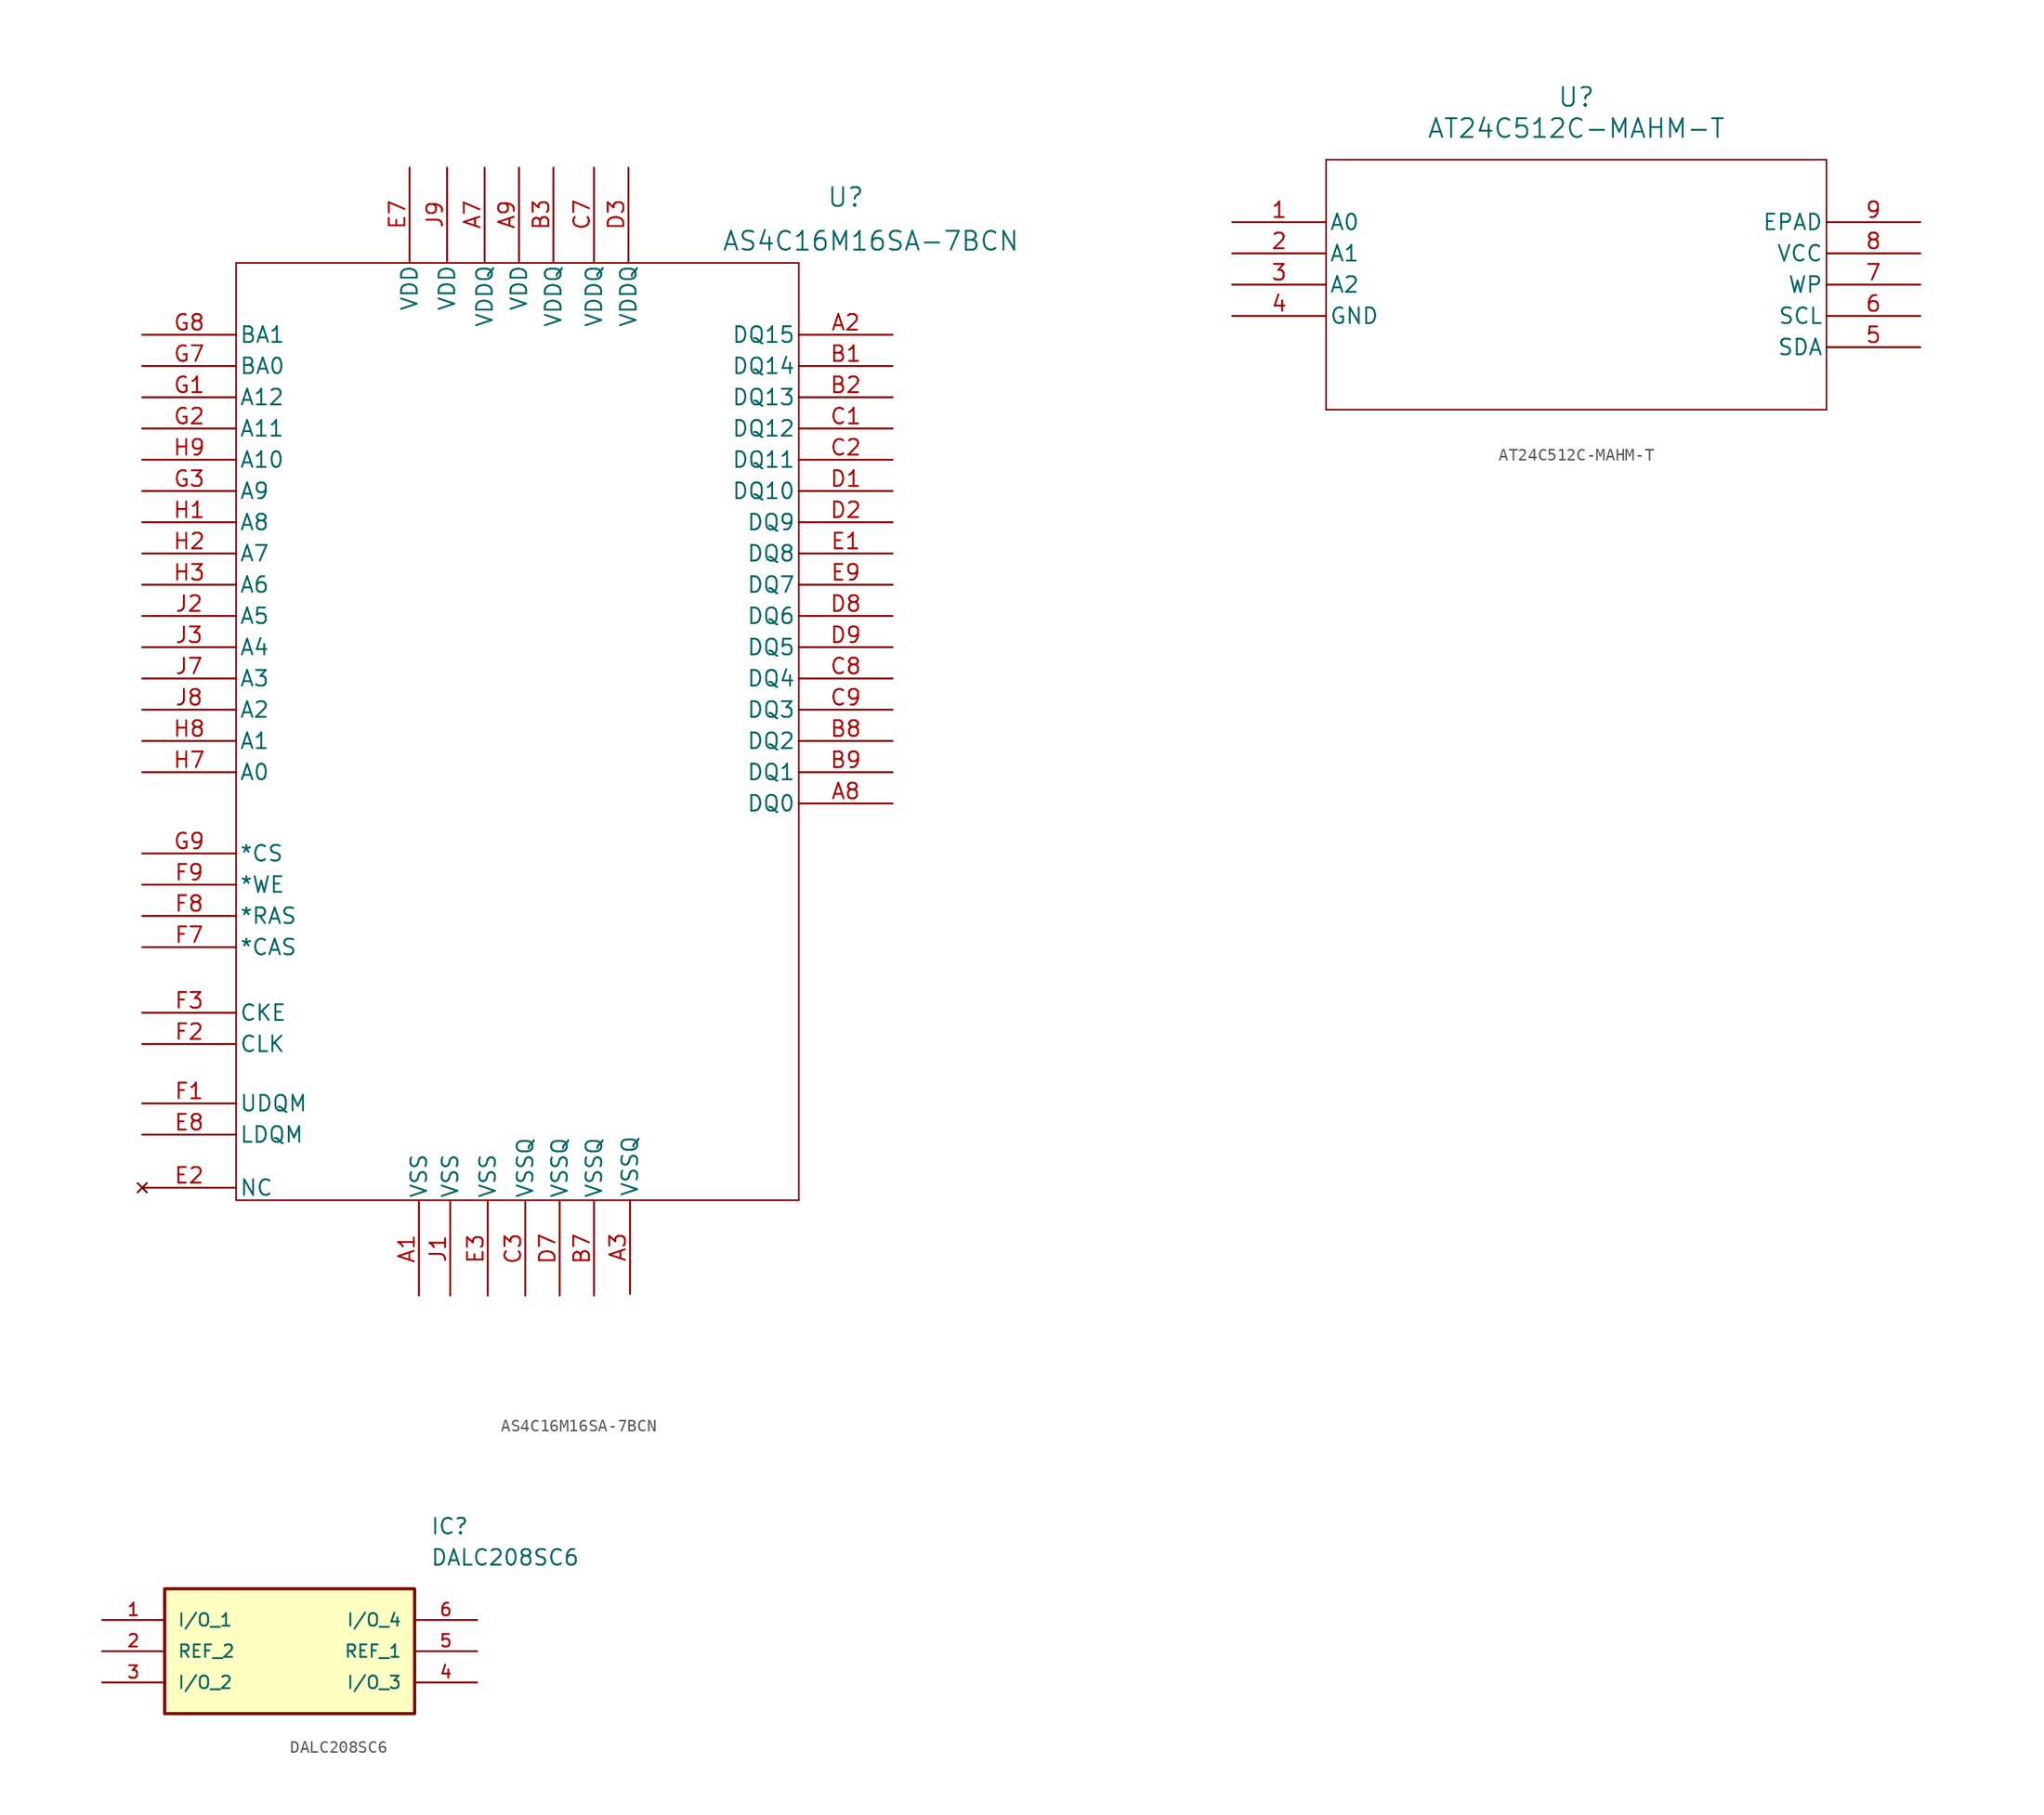
<source format=kicad_sym>
(kicad_symbol_lib
  (version 20231120)
  (generator "kicad_symbol_editor")
  (generator_version "8.0")
  (symbol "AS4C16M16SA-7BCN"
    (pin_names
      (offset 0.254))
    (property "Reference" "U"
      (at 27.94 39.37 0)
      (effects (font (size 1.524 1.524))))
    (property "Value" "AS4C16M16SA-7BCN"
      (at 29.972 35.814 0)
      (effects (font (size 1.524 1.524))))
    (symbol "AS4C16M16SA-7BCN_0_1"
      (polyline (pts (xy -21.59 -42.164) (xy 24.13 -42.164)) (stroke (width 0.127) (type default)) (fill (type none)))
      (polyline (pts (xy -21.59 34.036) (xy -21.59 -42.164)) (stroke (width 0.127) (type default)) (fill (type none)))
      (polyline (pts (xy 24.13 -42.164) (xy 24.13 34.036)) (stroke (width 0.127) (type default)) (fill (type none)))
      (polyline (pts (xy 24.13 34.036) (xy -21.59 34.036)) (stroke (width 0.127) (type default)) (fill (type none)))
      (pin power_in line (at -6.731 -49.911 90) (length 7.62) (name "VSS" (effects (font (size 1.27 1.27)))) (number "A1" (effects (font (size 1.27 1.27)))))
      (pin bidirectional line (at 31.75 28.194 180) (length 7.62) (name "DQ15" (effects (font (size 1.27 1.27)))) (number "A2" (effects (font (size 1.27 1.27)))))
      (pin power_in line (at 10.414 -49.784 90) (length 7.62) (name "VSSQ" (effects (font (size 1.27 1.27)))) (number "A3" (effects (font (size 1.27 1.27)))))
      (pin power_in line (at -1.397 41.783 270) (length 7.62) (name "VDDQ" (effects (font (size 1.27 1.27)))) (number "A7" (effects (font (size 1.27 1.27)))))
      (pin bidirectional line (at 31.75 -9.906 180) (length 7.62) (name "DQ0" (effects (font (size 1.27 1.27)))) (number "A8" (effects (font (size 1.27 1.27)))))
      (pin power_in line (at 1.397 41.783 270) (length 7.62) (name "VDD" (effects (font (size 1.27 1.27)))) (number "A9" (effects (font (size 1.27 1.27)))))
      (pin bidirectional line (at 31.75 25.654 180) (length 7.62) (name "DQ14" (effects (font (size 1.27 1.27)))) (number "B1" (effects (font (size 1.27 1.27)))))
      (pin bidirectional line (at 31.75 23.114 180) (length 7.62) (name "DQ13" (effects (font (size 1.27 1.27)))) (number "B2" (effects (font (size 1.27 1.27)))))
      (pin power_in line (at 4.191 41.783 270) (length 7.62) (name "VDDQ" (effects (font (size 1.27 1.27)))) (number "B3" (effects (font (size 1.27 1.27)))))
      (pin power_in line (at 7.493 -49.911 90) (length 7.62) (name "VSSQ" (effects (font (size 1.27 1.27)))) (number "B7" (effects (font (size 1.27 1.27)))))
      (pin bidirectional line (at 31.75 -4.826 180) (length 7.62) (name "DQ2" (effects (font (size 1.27 1.27)))) (number "B8" (effects (font (size 1.27 1.27)))))
      (pin bidirectional line (at 31.75 -7.366 180) (length 7.62) (name "DQ1" (effects (font (size 1.27 1.27)))) (number "B9" (effects (font (size 1.27 1.27)))))
      (pin bidirectional line (at 31.75 20.574 180) (length 7.62) (name "DQ12" (effects (font (size 1.27 1.27)))) (number "C1" (effects (font (size 1.27 1.27)))))
      (pin bidirectional line (at 31.75 18.034 180) (length 7.62) (name "DQ11" (effects (font (size 1.27 1.27)))) (number "C2" (effects (font (size 1.27 1.27)))))
      (pin power_in line (at 1.905 -49.911 90) (length 7.62) (name "VSSQ" (effects (font (size 1.27 1.27)))) (number "C3" (effects (font (size 1.27 1.27)))))
      (pin power_in line (at 7.493 41.783 270) (length 7.62) (name "VDDQ" (effects (font (size 1.27 1.27)))) (number "C7" (effects (font (size 1.27 1.27)))))
      (pin bidirectional line (at 31.75 0.254 180) (length 7.62) (name "DQ4" (effects (font (size 1.27 1.27)))) (number "C8" (effects (font (size 1.27 1.27)))))
      (pin bidirectional line (at 31.75 -2.286 180) (length 7.62) (name "DQ3" (effects (font (size 1.27 1.27)))) (number "C9" (effects (font (size 1.27 1.27)))))
      (pin bidirectional line (at 31.75 15.494 180) (length 7.62) (name "DQ10" (effects (font (size 1.27 1.27)))) (number "D1" (effects (font (size 1.27 1.27)))))
      (pin bidirectional line (at 31.75 12.954 180) (length 7.62) (name "DQ9" (effects (font (size 1.27 1.27)))) (number "D2" (effects (font (size 1.27 1.27)))))
      (pin power_in line (at 10.287 41.783 270) (length 7.62) (name "VDDQ" (effects (font (size 1.27 1.27)))) (number "D3" (effects (font (size 1.27 1.27)))))
      (pin power_in line (at 4.699 -49.911 90) (length 7.62) (name "VSSQ" (effects (font (size 1.27 1.27)))) (number "D7" (effects (font (size 1.27 1.27)))))
      (pin bidirectional line (at 31.75 5.334 180) (length 7.62) (name "DQ6" (effects (font (size 1.27 1.27)))) (number "D8" (effects (font (size 1.27 1.27)))))
      (pin bidirectional line (at 31.75 2.794 180) (length 7.62) (name "DQ5" (effects (font (size 1.27 1.27)))) (number "D9" (effects (font (size 1.27 1.27)))))
      (pin bidirectional line (at 31.75 10.414 180) (length 7.62) (name "DQ8" (effects (font (size 1.27 1.27)))) (number "E1" (effects (font (size 1.27 1.27)))))
      (pin no_connect line (at -29.21 -41.148 0) (length 7.62) (name "NC" (effects (font (size 1.27 1.27)))) (number "E2" (effects (font (size 1.27 1.27)))))
      (pin power_in line (at -1.143 -49.911 90) (length 7.62) (name "VSS" (effects (font (size 1.27 1.27)))) (number "E3" (effects (font (size 1.27 1.27)))))
      (pin power_in line (at -7.493 41.783 270) (length 7.62) (name "VDD" (effects (font (size 1.27 1.27)))) (number "E7" (effects (font (size 1.27 1.27)))))
      (pin input line (at -29.21 -36.83 0) (length 7.62) (name "LDQM" (effects (font (size 1.27 1.27)))) (number "E8" (effects (font (size 1.27 1.27)))))
      (pin bidirectional line (at 31.75 7.874 180) (length 7.62) (name "DQ7" (effects (font (size 1.27 1.27)))) (number "E9" (effects (font (size 1.27 1.27)))))
      (pin input line (at -29.21 -34.29 0) (length 7.62) (name "UDQM" (effects (font (size 1.27 1.27)))) (number "F1" (effects (font (size 1.27 1.27)))))
      (pin input line (at -29.21 -29.464 0) (length 7.62) (name "CLK" (effects (font (size 1.27 1.27)))) (number "F2" (effects (font (size 1.27 1.27)))))
      (pin input line (at -29.21 -26.924 0) (length 7.62) (name "CKE" (effects (font (size 1.27 1.27)))) (number "F3" (effects (font (size 1.27 1.27)))))
      (pin input line (at -29.21 -21.59 0) (length 7.62) (name "*CAS" (effects (font (size 1.27 1.27)))) (number "F7" (effects (font (size 1.27 1.27)))))
      (pin input line (at -29.21 -19.05 0) (length 7.62) (name "*RAS" (effects (font (size 1.27 1.27)))) (number "F8" (effects (font (size 1.27 1.27)))))
      (pin input line (at -29.21 -16.51 0) (length 7.62) (name "*WE" (effects (font (size 1.27 1.27)))) (number "F9" (effects (font (size 1.27 1.27)))))
      (pin input line (at -29.21 23.114 0) (length 7.62) (name "A12" (effects (font (size 1.27 1.27)))) (number "G1" (effects (font (size 1.27 1.27)))))
      (pin input line (at -29.21 20.574 0) (length 7.62) (name "A11" (effects (font (size 1.27 1.27)))) (number "G2" (effects (font (size 1.27 1.27)))))
      (pin input line (at -29.21 15.494 0) (length 7.62) (name "A9" (effects (font (size 1.27 1.27)))) (number "G3" (effects (font (size 1.27 1.27)))))
      (pin input line (at -29.21 25.654 0) (length 7.62) (name "BA0" (effects (font (size 1.27 1.27)))) (number "G7" (effects (font (size 1.27 1.27)))))
      (pin input line (at -29.21 28.194 0) (length 7.62) (name "BA1" (effects (font (size 1.27 1.27)))) (number "G8" (effects (font (size 1.27 1.27)))))
      (pin input line (at -29.21 -13.97 0) (length 7.62) (name "*CS" (effects (font (size 1.27 1.27)))) (number "G9" (effects (font (size 1.27 1.27)))))
      (pin input line (at -29.21 12.954 0) (length 7.62) (name "A8" (effects (font (size 1.27 1.27)))) (number "H1" (effects (font (size 1.27 1.27)))))
      (pin input line (at -29.21 10.414 0) (length 7.62) (name "A7" (effects (font (size 1.27 1.27)))) (number "H2" (effects (font (size 1.27 1.27)))))
      (pin input line (at -29.21 7.874 0) (length 7.62) (name "A6" (effects (font (size 1.27 1.27)))) (number "H3" (effects (font (size 1.27 1.27)))))
      (pin input line (at -29.21 -7.366 0) (length 7.62) (name "A0" (effects (font (size 1.27 1.27)))) (number "H7" (effects (font (size 1.27 1.27)))))
      (pin input line (at -29.21 -4.826 0) (length 7.62) (name "A1" (effects (font (size 1.27 1.27)))) (number "H8" (effects (font (size 1.27 1.27)))))
      (pin input line (at -29.21 18.034 0) (length 7.62) (name "A10" (effects (font (size 1.27 1.27)))) (number "H9" (effects (font (size 1.27 1.27)))))
      (pin power_in line (at -4.191 -49.911 90) (length 7.62) (name "VSS" (effects (font (size 1.27 1.27)))) (number "J1" (effects (font (size 1.27 1.27)))))
      (pin input line (at -29.21 5.334 0) (length 7.62) (name "A5" (effects (font (size 1.27 1.27)))) (number "J2" (effects (font (size 1.27 1.27)))))
      (pin input line (at -29.21 2.794 0) (length 7.62) (name "A4" (effects (font (size 1.27 1.27)))) (number "J3" (effects (font (size 1.27 1.27)))))
      (pin input line (at -29.21 0.254 0) (length 7.62) (name "A3" (effects (font (size 1.27 1.27)))) (number "J7" (effects (font (size 1.27 1.27)))))
      (pin input line (at -29.21 -2.286 0) (length 7.62) (name "A2" (effects (font (size 1.27 1.27)))) (number "J8" (effects (font (size 1.27 1.27)))))
      (pin power_in line (at -4.445 41.783 270) (length 7.62) (name "VDD" (effects (font (size 1.27 1.27)))) (number "J9" (effects (font (size 1.27 1.27)))))))
  (symbol "AT24C512C-MAHM-T"
    (pin_names
      (offset 0.254))
    (property "Reference" "U"
      (at 27.94 10.16 0)
      (effects (font (size 1.524 1.524))))
    (property "Value" "AT24C512C-MAHM-T"
      (at 27.94 7.62 0)
      (effects (font (size 1.524 1.524))))
    (symbol "AT24C512C-MAHM-T_0_1"
      (polyline (pts (xy 7.62 -15.24) (xy 48.26 -15.24)) (stroke (width 0.127) (type default)) (fill (type none)))
      (polyline (pts (xy 7.62 5.08) (xy 7.62 -15.24)) (stroke (width 0.127) (type default)) (fill (type none)))
      (polyline (pts (xy 48.26 -15.24) (xy 48.26 5.08)) (stroke (width 0.127) (type default)) (fill (type none)))
      (polyline (pts (xy 48.26 5.08) (xy 7.62 5.08)) (stroke (width 0.127) (type default)) (fill (type none)))
      (pin input line (at 0 0 0) (length 7.62) (name "A0" (effects (font (size 1.27 1.27)))) (number "1" (effects (font (size 1.27 1.27)))))
      (pin input line (at 0 -2.54 0) (length 7.62) (name "A1" (effects (font (size 1.27 1.27)))) (number "2" (effects (font (size 1.27 1.27)))))
      (pin input line (at 0 -5.08 0) (length 7.62) (name "A2" (effects (font (size 1.27 1.27)))) (number "3" (effects (font (size 1.27 1.27)))))
      (pin power_in line (at 0 -7.62 0) (length 7.62) (name "GND" (effects (font (size 1.27 1.27)))) (number "4" (effects (font (size 1.27 1.27)))))
      (pin unspecified line (at 55.88 -10.16 180) (length 7.62) (name "SDA" (effects (font (size 1.27 1.27)))) (number "5" (effects (font (size 1.27 1.27)))))
      (pin input line (at 55.88 -7.62 180) (length 7.62) (name "SCL" (effects (font (size 1.27 1.27)))) (number "6" (effects (font (size 1.27 1.27)))))
      (pin unspecified line (at 55.88 -5.08 180) (length 7.62) (name "WP" (effects (font (size 1.27 1.27)))) (number "7" (effects (font (size 1.27 1.27)))))
      (pin power_in line (at 55.88 -2.54 180) (length 7.62) (name "VCC" (effects (font (size 1.27 1.27)))) (number "8" (effects (font (size 1.27 1.27)))))
      (pin unspecified line (at 55.88 0 180) (length 7.62) (name "EPAD" (effects (font (size 1.27 1.27)))) (number "9" (effects (font (size 1.27 1.27)))))))
  (symbol "DALC208SC6"
    (pin_names
      (offset 1.016))
    (property "Reference" "IC"
      (at 26.67 7.62 0)
      (effects (font (size 1.27 1.27)) (justify left)))
    (property "Value" "DALC208SC6"
      (at 26.67 5.08 0)
      (effects (font (size 1.27 1.27)) (justify left)))
    (symbol "DALC208SC6_0_0"
      (rectangle (start 5.08 -7.62) (end 25.4 2.54) (stroke (width 0.254) (type default)) (fill (type background)))
      (pin bidirectional line (at 0 0 0) (length 5.08) (name "I/O_1" (effects (font (size 1.016 1.016)))) (number "1" (effects (font (size 1.016 1.016)))))
      (pin bidirectional line (at 0 -2.54 0) (length 5.08) (name "REF_2" (effects (font (size 1.016 1.016)))) (number "2" (effects (font (size 1.016 1.016)))))
      (pin bidirectional line (at 0 -5.08 0) (length 5.08) (name "I/O_2" (effects (font (size 1.016 1.016)))) (number "3" (effects (font (size 1.016 1.016)))))
      (pin bidirectional line (at 30.48 -5.08 180) (length 5.08) (name "I/O_3" (effects (font (size 1.016 1.016)))) (number "4" (effects (font (size 1.016 1.016)))))
      (pin bidirectional line (at 30.48 -2.54 180) (length 5.08) (name "REF_1" (effects (font (size 1.016 1.016)))) (number "5" (effects (font (size 1.016 1.016)))))
      (pin bidirectional line (at 30.48 0 180) (length 5.08) (name "I/O_4" (effects (font (size 1.016 1.016)))) (number "6" (effects (font (size 1.016 1.016))))))))
</source>
